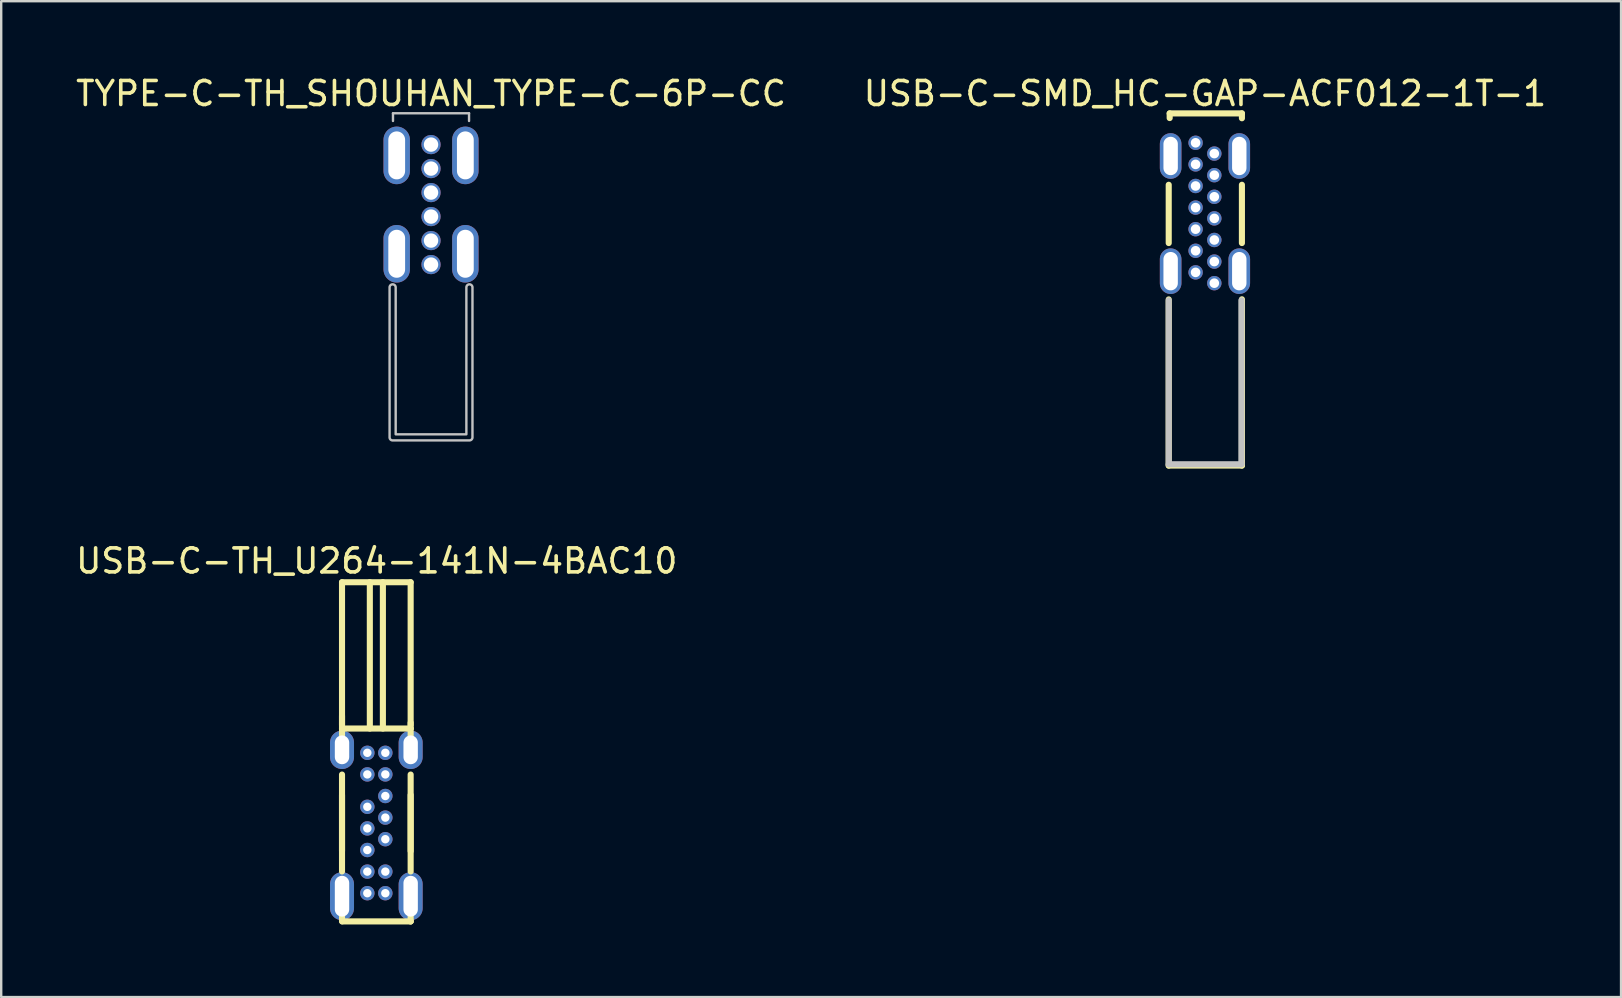
<source format=kicad_pcb>
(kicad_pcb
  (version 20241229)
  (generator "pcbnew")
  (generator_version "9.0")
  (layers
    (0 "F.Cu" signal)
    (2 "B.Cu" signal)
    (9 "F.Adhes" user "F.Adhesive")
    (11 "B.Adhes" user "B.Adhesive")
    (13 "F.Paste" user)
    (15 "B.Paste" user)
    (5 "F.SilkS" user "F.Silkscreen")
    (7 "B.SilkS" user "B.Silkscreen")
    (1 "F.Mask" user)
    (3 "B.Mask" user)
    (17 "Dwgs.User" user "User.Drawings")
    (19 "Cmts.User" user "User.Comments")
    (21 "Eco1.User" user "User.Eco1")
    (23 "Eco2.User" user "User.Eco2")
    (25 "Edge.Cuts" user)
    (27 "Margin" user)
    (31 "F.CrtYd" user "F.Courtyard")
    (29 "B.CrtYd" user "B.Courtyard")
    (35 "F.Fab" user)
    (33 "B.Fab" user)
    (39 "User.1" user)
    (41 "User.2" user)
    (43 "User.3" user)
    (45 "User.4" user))
  (footprint "USB-C-SMD_HC-GAP-ACF012-1T-1"
    (layer "F.Cu")
    (at 47.161 5.825)
    (property "Reference" "USB-C-SMD_HC-GAP-ACF012-1T-1" (at 0 -4.977 0) (unlocked yes) (layer "F.SilkS") (effects (font (size 1 1) (thickness 0.15))))
    (fp_line (start -1.51 1.253) (end -1.51 -1.175) (stroke (width 0.254) (type default)) (layer "F.SilkS"))
    (fp_line (start -1.51 10.525) (end -1.51 3.602) (stroke (width 0.254) (type default)) (layer "F.SilkS"))
    (fp_line (start -1.47 -4.15) (end 1.54 -4.15) (stroke (width 0.254) (type default)) (layer "F.SilkS"))
    (fp_line (start -1.47 -3.955) (end -1.47 -4.15) (stroke (width 0.254) (type default)) (layer "F.SilkS"))
    (fp_line (start 1.54 -4.15) (end 1.54 -3.947) (stroke (width 0.254) (type default)) (layer "F.SilkS"))
    (fp_line (start 1.54 -1.175) (end 1.54 1.253) (stroke (width 0.254) (type default)) (layer "F.SilkS"))
    (fp_line (start 1.54 3.597) (end 1.54 10.525) (stroke (width 0.254) (type default)) (layer "F.SilkS"))
    (fp_line (start 1.54 10.525) (end -1.51 10.525) (stroke (width 0.254) (type default)) (layer "F.SilkS"))
    (fp_line (start -1.51 3.64) (end -1.51 10.47) (stroke (width 0.254) (type default)) (layer "Dwgs.User"))
    (fp_line (start -1.51 10.47) (end 1.52 10.47) (stroke (width 0.254) (type default)) (layer "Dwgs.User"))
    (fp_line (start 1.52 10.47) (end 1.52 3.64) (stroke (width 0.254) (type default)) (layer "Dwgs.User"))
    (fp_poly (pts (xy -1.28 -1.775) (xy -1.58 -1.775) (xy -1.58 -2.975) (xy -1.28 -2.975)) (stroke (width 0.1) (type default)) (fill no) (layer "User.1"))
    (fp_poly (pts (xy -1.28 3.025) (xy -1.58 3.025) (xy -1.58 1.825) (xy -1.28 1.825)) (stroke (width 0.1) (type default)) (fill no) (layer "User.1"))
    (fp_poly (pts (xy -0.45 -3.05) (xy -0.33 -3.05) (xy -0.33 -2.8) (xy -0.45 -2.8)) (stroke (width 0.1) (type default)) (fill no) (layer "User.1"))
    (fp_poly (pts (xy -0.45 -2.15) (xy -0.33 -2.15) (xy -0.33 -1.9) (xy -0.45 -1.9)) (stroke (width 0.1) (type default)) (fill no) (layer "User.1"))
    (fp_poly (pts (xy -0.45 -1.25) (xy -0.33 -1.25) (xy -0.33 -1) (xy -0.45 -1)) (stroke (width 0.1) (type default)) (fill no) (layer "User.1"))
    (fp_poly (pts (xy -0.45 -0.35) (xy -0.33 -0.35) (xy -0.33 -0.1) (xy -0.45 -0.1)) (stroke (width 0.1) (type default)) (fill no) (layer "User.1"))
    (fp_poly (pts (xy -0.45 0.55) (xy -0.33 0.55) (xy -0.33 0.8) (xy -0.45 0.8)) (stroke (width 0.1) (type default)) (fill no) (layer "User.1"))
    (fp_poly (pts (xy -0.45 1.45) (xy -0.33 1.45) (xy -0.33 1.7) (xy -0.45 1.7)) (stroke (width 0.1) (type default)) (fill no) (layer "User.1"))
    (fp_poly (pts (xy -0.45 2.35) (xy -0.33 2.35) (xy -0.33 2.6) (xy -0.45 2.6)) (stroke (width 0.1) (type default)) (fill no) (layer "User.1"))
    (fp_poly (pts (xy 0.33 -2.6) (xy 0.45 -2.6) (xy 0.45 -2.35) (xy 0.33 -2.35)) (stroke (width 0.1) (type default)) (fill no) (layer "User.1"))
    (fp_poly (pts (xy 0.33 -1.7) (xy 0.45 -1.7) (xy 0.45 -1.45) (xy 0.33 -1.45)) (stroke (width 0.1) (type default)) (fill no) (layer "User.1"))
    (fp_poly (pts (xy 0.33 -0.8) (xy 0.45 -0.8) (xy 0.45 -0.55) (xy 0.33 -0.55)) (stroke (width 0.1) (type default)) (fill no) (layer "User.1"))
    (fp_poly (pts (xy 0.33 0.1) (xy 0.45 0.1) (xy 0.45 0.35) (xy 0.33 0.35)) (stroke (width 0.1) (type default)) (fill no) (layer "User.1"))
    (fp_poly (pts (xy 0.33 1) (xy 0.45 1) (xy 0.45 1.25) (xy 0.33 1.25)) (stroke (width 0.1) (type default)) (fill no) (layer "User.1"))
    (fp_poly (pts (xy 0.33 1.9) (xy 0.45 1.9) (xy 0.45 2.15) (xy 0.33 2.15)) (stroke (width 0.1) (type default)) (fill no) (layer "User.1"))
    (fp_poly (pts (xy 0.33 2.8) (xy 0.45 2.8) (xy 0.45 3.05) (xy 0.33 3.05)) (stroke (width 0.1) (type default)) (fill no) (layer "User.1"))
    (fp_poly (pts (xy 1.58 -1.775) (xy 1.28 -1.775) (xy 1.28 -2.975) (xy 1.58 -2.975)) (stroke (width 0.1) (type default)) (fill no) (layer "User.1"))
    (fp_poly (pts (xy 1.58 3.025) (xy 1.28 3.025) (xy 1.28 1.825) (xy 1.58 1.825)) (stroke (width 0.1) (type default)) (fill no) (layer "User.1"))
    (fp_line (start -1.5 -4.035) (end 1.5 -4.035) (stroke (width 0.051) (type default)) (layer "User.2"))
    (fp_line (start -1.5 10.525) (end -1.5 -4.035) (stroke (width 0.051) (type default)) (layer "User.2"))
    (fp_line (start 1.5 -4.035) (end 1.5 10.525) (stroke (width 0.051) (type default)) (layer "User.2"))
    (fp_line (start 1.5 10.525) (end -1.5 10.525) (stroke (width 0.051) (type default)) (layer "User.2"))
    (fp_poly (pts (xy -1.52 10.515) (xy -1.538 10.473) (xy -1.58 10.455) (xy -1.622 10.473) (xy -1.64 10.515) (xy -1.622 10.557) (xy -1.58 10.575) (xy -1.538 10.557)) (stroke (width 0.1) (type default)) (fill no) (layer "User.3"))
    (pad "A1" thru_hole circle (at -0.39 2.475) (size 0.6 0.6) (drill 0.4) (layers "*.Cu" "*.Mask"))
    (pad "A4" thru_hole circle (at -0.39 1.575) (size 0.6 0.6) (drill 0.4) (layers "*.Cu" "*.Mask"))
    (pad "A5" thru_hole circle (at -0.39 0.675) (size 0.6 0.6) (drill 0.4) (layers "*.Cu" "*.Mask"))
    (pad "A6" thru_hole circle (at -0.39 -0.225) (size 0.6 0.6) (drill 0.4) (layers "*.Cu" "*.Mask"))
    (pad "A7" thru_hole circle (at -0.39 -1.125) (size 0.6 0.6) (drill 0.4) (layers "*.Cu" "*.Mask"))
    (pad "A9" thru_hole circle (at -0.39 -2.025) (size 0.6 0.6) (drill 0.4) (layers "*.Cu" "*.Mask"))
    (pad "A12" thru_hole circle (at -0.39 -2.925) (size 0.6 0.6) (drill 0.4) (layers "*.Cu" "*.Mask"))
    (pad "B1" thru_hole circle (at 0.39 -2.475) (size 0.6 0.6) (drill 0.4) (layers "*.Cu" "*.Mask"))
    (pad "B4" thru_hole circle (at 0.39 -1.575) (size 0.6 0.6) (drill 0.4) (layers "*.Cu" "*.Mask"))
    (pad "B5" thru_hole circle (at 0.39 -0.675) (size 0.6 0.6) (drill 0.4) (layers "*.Cu" "*.Mask"))
    (pad "B6" thru_hole circle (at 0.39 0.225) (size 0.6 0.6) (drill 0.4) (layers "*.Cu" "*.Mask"))
    (pad "B7" thru_hole circle (at 0.39 1.125) (size 0.6 0.6) (drill 0.4) (layers "*.Cu" "*.Mask"))
    (pad "B9" thru_hole circle (at 0.39 2.025) (size 0.6 0.6) (drill 0.4) (layers "*.Cu" "*.Mask"))
    (pad "B12" thru_hole circle (at 0.39 2.925) (size 0.6 0.6) (drill 0.4) (layers "*.Cu" "*.Mask"))
    (pad "S1" thru_hole oval (at -1.43 -2.375 180) (size 0.9 1.9) (drill oval 0.6 1.6) (layers "*.Cu" "*.Mask"))
    (pad "S1" thru_hole oval (at -1.43 2.425 180) (size 0.9 1.9) (drill oval 0.6 1.6) (layers "*.Cu" "*.Mask"))
    (pad "S1" thru_hole oval (at 1.43 -2.375 180) (size 0.9 1.9) (drill oval 0.6 1.6) (layers "*.Cu" "*.Mask"))
    (pad "S1" thru_hole oval (at 1.43 2.425 180) (size 0.9 1.9) (drill oval 0.6 1.6) (layers "*.Cu" "*.Mask")))
  (footprint "USB-C-TH_U264-141N-4BAC10"
    (layer "F.Cu")
    (at 12.632 31.245)
    (property "Reference" "USB-C-TH_U264-141N-4BAC10" (at 0.017 -10.92 0) (unlocked yes) (layer "F.SilkS") (effects (font (size 1 1) (thickness 0.15))))
    (fp_line (start -1.43 -4.467) (end -1.43 -4.081) (stroke (width 0.254) (type default)) (layer "F.SilkS"))
    (fp_line (start -1.43 -3.937) (end -1.43 -10.033) (stroke (width 0.254) (type default)) (layer "F.SilkS"))
    (fp_line (start -1.43 -3.937) (end -1.43 -3.631) (stroke (width 0.254) (type default)) (layer "F.SilkS"))
    (fp_line (start -1.43 -2.019) (end -1.43 2.019) (stroke (width 0.254) (type default)) (layer "F.SilkS"))
    (fp_line (start -1.43 -1.169) (end -1.43 1.169) (stroke (width 0.254) (type default)) (layer "F.SilkS"))
    (fp_line (start -1.43 3.631) (end -1.43 4.1) (stroke (width 0.254) (type default)) (layer "F.SilkS"))
    (fp_line (start -0.271 -10.033) (end -0.271 -3.937) (stroke (width 0.254) (type default)) (layer "F.SilkS"))
    (fp_line (start 0.273 -10.033) (end 0.273 -3.937) (stroke (width 0.254) (type default)) (layer "F.SilkS"))
    (fp_line (start 1.43 -10.033) (end -1.43 -10.033) (stroke (width 0.254) (type default)) (layer "F.SilkS"))
    (fp_line (start 1.43 -4.177) (end 1.43 -4.081) (stroke (width 0.254) (type default)) (layer "F.SilkS"))
    (fp_line (start 1.43 -3.937) (end -1.43 -3.937) (stroke (width 0.254) (type default)) (layer "F.SilkS"))
    (fp_line (start 1.43 -3.937) (end 1.43 -10.033) (stroke (width 0.254) (type default)) (layer "F.SilkS"))
    (fp_line (start 1.43 -3.937) (end 1.43 -3.631) (stroke (width 0.254) (type default)) (layer "F.SilkS"))
    (fp_line (start 1.43 -2.019) (end 1.43 2.019) (stroke (width 0.254) (type default)) (layer "F.SilkS"))
    (fp_line (start 1.43 -1.169) (end 1.43 1.169) (stroke (width 0.254) (type default)) (layer "F.SilkS"))
    (fp_line (start 1.43 3.631) (end 1.43 4.1) (stroke (width 0.254) (type default)) (layer "F.SilkS"))
    (fp_line (start 1.43 4.081) (end 1.43 4.1) (stroke (width 0.254) (type default)) (layer "F.SilkS"))
    (fp_line (start 1.43 4.1) (end -1.414 4.1) (stroke (width 0.254) (type default)) (layer "F.SilkS"))
    (fp_poly (pts (xy -1.67 -2.75) (xy -1.67 -3.35) (xy -1.19 -3.35) (xy -1.19 -2.75)) (stroke (width 0.1) (type default)) (fill no) (layer "User.1"))
    (fp_poly (pts (xy -1.67 3.35) (xy -1.67 2.75) (xy -1.19 2.75) (xy -1.19 3.35)) (stroke (width 0.1) (type default)) (fill no) (layer "User.1"))
    (fp_poly (pts (xy 1.19 -2.75) (xy 1.19 -3.35) (xy 1.67 -3.35) (xy 1.67 -2.75)) (stroke (width 0.1) (type default)) (fill no) (layer "User.1"))
    (fp_poly (pts (xy 1.19 3.35) (xy 1.19 2.75) (xy 1.67 2.75) (xy 1.67 3.35)) (stroke (width 0.1) (type default)) (fill no) (layer "User.1"))
    (fp_poly (pts (xy -0.275 -2.925) (xy -0.294 -2.984) (xy -0.344 -3.02) (xy -0.406 -3.02) (xy -0.456 -2.984) (xy -0.475 -2.925) (xy -0.456 -2.866) (xy -0.406 -2.83) (xy -0.344 -2.83) (xy -0.294 -2.866)) (stroke (width 0.1) (type default)) (fill no) (layer "User.1"))
    (fp_poly (pts (xy -0.275 -2.025) (xy -0.294 -2.084) (xy -0.344 -2.12) (xy -0.406 -2.12) (xy -0.456 -2.084) (xy -0.475 -2.025) (xy -0.456 -1.966) (xy -0.406 -1.93) (xy -0.344 -1.93) (xy -0.294 -1.966)) (stroke (width 0.1) (type default)) (fill no) (layer "User.1"))
    (fp_poly (pts (xy -0.275 -0.675) (xy -0.294 -0.734) (xy -0.344 -0.77) (xy -0.406 -0.77) (xy -0.456 -0.734) (xy -0.475 -0.675) (xy -0.456 -0.616) (xy -0.406 -0.58) (xy -0.344 -0.58) (xy -0.294 -0.616)) (stroke (width 0.1) (type default)) (fill no) (layer "User.1"))
    (fp_poly (pts (xy -0.275 0.225) (xy -0.294 0.166) (xy -0.344 0.13) (xy -0.406 0.13) (xy -0.456 0.166) (xy -0.475 0.225) (xy -0.456 0.284) (xy -0.406 0.32) (xy -0.344 0.32) (xy -0.294 0.284)) (stroke (width 0.1) (type default)) (fill no) (layer "User.1"))
    (fp_poly (pts (xy -0.275 1.125) (xy -0.294 1.066) (xy -0.344 1.03) (xy -0.406 1.03) (xy -0.456 1.066) (xy -0.475 1.125) (xy -0.456 1.184) (xy -0.406 1.22) (xy -0.344 1.22) (xy -0.294 1.184)) (stroke (width 0.1) (type default)) (fill no) (layer "User.1"))
    (fp_poly (pts (xy -0.275 2.025) (xy -0.294 1.966) (xy -0.344 1.93) (xy -0.406 1.93) (xy -0.456 1.966) (xy -0.475 2.025) (xy -0.456 2.084) (xy -0.406 2.12) (xy -0.344 2.12) (xy -0.294 2.084)) (stroke (width 0.1) (type default)) (fill no) (layer "User.1"))
    (fp_poly (pts (xy -0.275 2.925) (xy -0.294 2.866) (xy -0.344 2.83) (xy -0.406 2.83) (xy -0.456 2.866) (xy -0.475 2.925) (xy -0.456 2.984) (xy -0.406 3.02) (xy -0.344 3.02) (xy -0.294 2.984)) (stroke (width 0.1) (type default)) (fill no) (layer "User.1"))
    (fp_poly (pts (xy 0.475 -2.925) (xy 0.456 -2.984) (xy 0.406 -3.02) (xy 0.344 -3.02) (xy 0.294 -2.984) (xy 0.275 -2.925) (xy 0.294 -2.866) (xy 0.344 -2.83) (xy 0.406 -2.83) (xy 0.456 -2.866)) (stroke (width 0.1) (type default)) (fill no) (layer "User.1"))
    (fp_poly (pts (xy 0.475 -2.025) (xy 0.456 -2.084) (xy 0.406 -2.12) (xy 0.344 -2.12) (xy 0.294 -2.084) (xy 0.275 -2.025) (xy 0.294 -1.966) (xy 0.344 -1.93) (xy 0.406 -1.93) (xy 0.456 -1.966)) (stroke (width 0.1) (type default)) (fill no) (layer "User.1"))
    (fp_poly (pts (xy 0.475 -1.125) (xy 0.456 -1.184) (xy 0.406 -1.22) (xy 0.344 -1.22) (xy 0.294 -1.184) (xy 0.275 -1.125) (xy 0.294 -1.066) (xy 0.344 -1.03) (xy 0.406 -1.03) (xy 0.456 -1.066)) (stroke (width 0.1) (type default)) (fill no) (layer "User.1"))
    (fp_poly (pts (xy 0.475 -0.225) (xy 0.456 -0.284) (xy 0.406 -0.32) (xy 0.344 -0.32) (xy 0.294 -0.284) (xy 0.275 -0.225) (xy 0.294 -0.166) (xy 0.344 -0.13) (xy 0.406 -0.13) (xy 0.456 -0.166)) (stroke (width 0.1) (type default)) (fill no) (layer "User.1"))
    (fp_poly (pts (xy 0.475 0.675) (xy 0.456 0.616) (xy 0.406 0.58) (xy 0.344 0.58) (xy 0.294 0.616) (xy 0.275 0.675) (xy 0.294 0.734) (xy 0.344 0.77) (xy 0.406 0.77) (xy 0.456 0.734)) (stroke (width 0.1) (type default)) (fill no) (layer "User.1"))
    (fp_poly (pts (xy 0.475 2.025) (xy 0.456 1.966) (xy 0.406 1.93) (xy 0.344 1.93) (xy 0.294 1.966) (xy 0.275 2.025) (xy 0.294 2.084) (xy 0.344 2.12) (xy 0.406 2.12) (xy 0.456 2.084)) (stroke (width 0.1) (type default)) (fill no) (layer "User.1"))
    (fp_poly (pts (xy 0.475 2.925) (xy 0.456 2.866) (xy 0.406 2.83) (xy 0.344 2.83) (xy 0.294 2.866) (xy 0.275 2.925) (xy 0.294 2.984) (xy 0.344 3.02) (xy 0.406 3.02) (xy 0.456 2.984)) (stroke (width 0.1) (type default)) (fill no) (layer "User.1"))
    (fp_line (start -1.93 -10.16) (end 1.93 -10.16) (stroke (width 0.051) (type default)) (layer "User.2"))
    (fp_line (start -1.93 4.227) (end -1.93 -10.16) (stroke (width 0.051) (type default)) (layer "User.2"))
    (fp_line (start 1.93 -10.16) (end 1.93 4.227) (stroke (width 0.051) (type default)) (layer "User.2"))
    (fp_line (start 1.93 4.227) (end -1.93 4.227) (stroke (width 0.051) (type default)) (layer "User.2"))
    (fp_poly (pts (xy 1.99 -10.16) (xy 1.972 -10.202) (xy 1.93 -10.22) (xy 1.888 -10.202) (xy 1.87 -10.16) (xy 1.888 -10.118) (xy 1.93 -10.1) (xy 1.972 -10.118)) (stroke (width 0.1) (type default)) (fill no) (layer "User.3"))
    (pad "A1" thru_hole circle (at 0.375 -2.925) (size 0.6 0.6) (drill 0.35) (layers "*.Cu" "*.Mask"))
    (pad "A4" thru_hole circle (at 0.375 -2.025) (size 0.6 0.6) (drill 0.35) (layers "*.Cu" "*.Mask"))
    (pad "A5" thru_hole circle (at 0.375 -1.125) (size 0.6 0.6) (drill 0.35) (layers "*.Cu" "*.Mask"))
    (pad "A6" thru_hole circle (at 0.375 -0.225) (size 0.6 0.6) (drill 0.35) (layers "*.Cu" "*.Mask"))
    (pad "A7" thru_hole circle (at 0.375 0.675) (size 0.6 0.6) (drill 0.35) (layers "*.Cu" "*.Mask"))
    (pad "A9" thru_hole circle (at 0.375 2.025) (size 0.6 0.6) (drill 0.35) (layers "*.Cu" "*.Mask"))
    (pad "A12" thru_hole circle (at 0.375 2.925) (size 0.6 0.6) (drill 0.35) (layers "*.Cu" "*.Mask"))
    (pad "B1" thru_hole circle (at -0.375 -2.925) (size 0.6 0.6) (drill 0.35) (layers "*.Cu" "*.Mask"))
    (pad "B4" thru_hole circle (at -0.375 -2.025) (size 0.6 0.6) (drill 0.35) (layers "*.Cu" "*.Mask"))
    (pad "B5" thru_hole circle (at -0.375 1.125) (size 0.6 0.6) (drill 0.35) (layers "*.Cu" "*.Mask"))
    (pad "B6" thru_hole circle (at -0.375 0.225) (size 0.6 0.6) (drill 0.35) (layers "*.Cu" "*.Mask"))
    (pad "B7" thru_hole circle (at -0.375 -0.675) (size 0.6 0.6) (drill 0.35) (layers "*.Cu" "*.Mask"))
    (pad "B9" thru_hole circle (at -0.375 2.025) (size 0.6 0.6) (drill 0.35) (layers "*.Cu" "*.Mask"))
    (pad "B12" thru_hole circle (at -0.375 2.925) (size 0.6 0.6) (drill 0.35) (layers "*.Cu" "*.Mask"))
    (pad "S1" thru_hole oval (at -1.43 -3.05) (size 1 1.6) (drill oval 0.6 1.2) (layers "*.Cu" "*.Mask"))
    (pad "S1" thru_hole oval (at -1.43 3.05) (size 1 2) (drill oval 0.6 1.7) (layers "*.Cu" "*.Mask"))
    (pad "S1" thru_hole oval (at 1.43 -3.05) (size 1 1.6) (drill oval 0.6 1.2) (layers "*.Cu" "*.Mask"))
    (pad "S1" thru_hole oval (at 1.43 3.05) (size 1 2) (drill oval 0.6 1.7) (layers "*.Cu" "*.Mask")))
  (footprint "TYPE-C-TH_SHOUHAN_TYPE-C-6P-CC"
    (layer "F.Cu")
    (at 14.911 5.475)
    (property "Reference" "TYPE-C-TH_SHOUHAN_TYPE-C-6P-CC" (at 0 -4.627 0) (unlocked yes) (layer "F.SilkS") (effects (font (size 1 1) (thickness 0.15))))
    (fp_line (start -1.585 -3.804) (end 1.584 -3.805) (stroke (width 0.1) (type default)) (layer "Dwgs.User"))
    (fp_line (start -1.585 -3.484) (end -1.585 -3.804) (stroke (width 0.1) (type default)) (layer "Dwgs.User"))
    (fp_line (start 1.584 -3.805) (end 1.584 -3.484) (stroke (width 0.1) (type default)) (layer "Dwgs.User"))
    (fp_poly (pts (arc (start -1.727 3.45) (mid -1.6 3.323) (end -1.473 3.45)) (xy -1.473 9.573) (xy 1.473 9.573) (arc (start 1.473 3.45) (mid 1.6 3.323) (end 1.727 3.45)) (arc (start 1.727 9.7) (mid 1.689803 9.789803) (end 1.6 9.827)) (arc (start -1.6 9.827) (mid -1.689803 9.789803) (end -1.727 9.7))) (stroke (width 0.1) (type default)) (fill no) (layer "Dwgs.User"))
    (fp_poly (pts (xy -1.63 -2.985) (xy -1.23 -2.985) (xy -1.23 -1.115) (xy -1.63 -1.115)) (stroke (width 0.1) (type default)) (fill no) (layer "User.1"))
    (fp_poly (pts (xy -1.63 1.115) (xy -1.23 1.115) (xy -1.23 2.985) (xy -1.63 2.985)) (stroke (width 0.1) (type default)) (fill no) (layer "User.1"))
    (fp_poly (pts (xy 0.1 -2.7) (xy 0.1 -2.3) (xy -0.1 -2.3) (xy -0.1 -2.7)) (stroke (width 0.1) (type default)) (fill no) (layer "User.1"))
    (fp_poly (pts (xy 0.1 -1.7) (xy 0.1 -1.3) (xy -0.1 -1.3) (xy -0.1 -1.7)) (stroke (width 0.1) (type default)) (fill no) (layer "User.1"))
    (fp_poly (pts (xy 0.1 -0.7) (xy 0.1 -0.3) (xy -0.1 -0.3) (xy -0.1 -0.7)) (stroke (width 0.1) (type default)) (fill no) (layer "User.1"))
    (fp_poly (pts (xy 0.1 0.3) (xy 0.1 0.7) (xy -0.1 0.7) (xy -0.1 0.3)) (stroke (width 0.1) (type default)) (fill no) (layer "User.1"))
    (fp_poly (pts (xy 0.1 1.3) (xy 0.1 1.7) (xy -0.1 1.7) (xy -0.1 1.3)) (stroke (width 0.1) (type default)) (fill no) (layer "User.1"))
    (fp_poly (pts (xy 0.1 2.3) (xy 0.1 2.7) (xy -0.1 2.7) (xy -0.1 2.3)) (stroke (width 0.1) (type default)) (fill no) (layer "User.1"))
    (fp_poly (pts (xy 1.23 -2.985) (xy 1.63 -2.985) (xy 1.63 -1.115) (xy 1.23 -1.115)) (stroke (width 0.1) (type default)) (fill no) (layer "User.1"))
    (fp_poly (pts (xy 1.23 1.115) (xy 1.63 1.115) (xy 1.63 2.985) (xy 1.23 2.985)) (stroke (width 0.1) (type default)) (fill no) (layer "User.1"))
    (fp_line (start -1.58 -3.8) (end 1.58 -3.8) (stroke (width 0.051) (type default)) (layer "User.2"))
    (fp_line (start -1.58 9.7) (end -1.58 -3.8) (stroke (width 0.051) (type default)) (layer "User.2"))
    (fp_line (start 1.58 -3.8) (end 1.58 9.7) (stroke (width 0.051) (type default)) (layer "User.2"))
    (fp_line (start 1.58 9.7) (end -1.58 9.7) (stroke (width 0.051) (type default)) (layer "User.2"))
    (fp_poly (pts (xy 1.69 9.7) (xy 1.672 9.658) (xy 1.63 9.64) (xy 1.588 9.658) (xy 1.57 9.7) (xy 1.588 9.742) (xy 1.63 9.76) (xy 1.672 9.742)) (stroke (width 0.1) (type default)) (fill no) (layer "User.3"))
    (pad "7" thru_hole oval (at -1.43 -2.05) (size 1.1 2.4) (drill oval 0.7 2) (layers "*.Cu" "*.Mask"))
    (pad "7" thru_hole oval (at -1.43 2.05) (size 1.1 2.4) (drill oval 0.7 2) (layers "*.Cu" "*.Mask"))
    (pad "7" thru_hole oval (at 1.43 -2.05) (size 1.1 2.4) (drill oval 0.7 2) (layers "*.Cu" "*.Mask"))
    (pad "7" thru_hole oval (at 1.43 2.05) (size 1.1 2.4) (drill oval 0.7 2) (layers "*.Cu" "*.Mask"))
    (pad "A5" thru_hole circle (at 0 0.5 90) (size 0.8 0.8) (drill 0.6) (layers "*.Cu" "*.Mask"))
    (pad "A9" thru_hole circle (at 0 -1.5 90) (size 0.8 0.8) (drill 0.6) (layers "*.Cu" "*.Mask"))
    (pad "A12" thru_hole circle (at 0 -2.5 90) (size 0.8 0.8) (drill 0.6) (layers "*.Cu" "*.Mask"))
    (pad "B5" thru_hole circle (at 0 -0.5 90) (size 0.8 0.8) (drill 0.6) (layers "*.Cu" "*.Mask"))
    (pad "B9" thru_hole circle (at 0 1.5 90) (size 0.8 0.8) (drill 0.6) (layers "*.Cu" "*.Mask"))
    (pad "B12" thru_hole circle (at 0 2.5 90) (size 0.8 0.8) (drill 0.6) (layers "*.Cu" "*.Mask")))
  (gr_rect
    (start -3 -3)
    (end 64.5 38.498)
    (stroke (width 0.1) (type default))
    (fill no)
    (layer "Edge.Cuts")))
</source>
